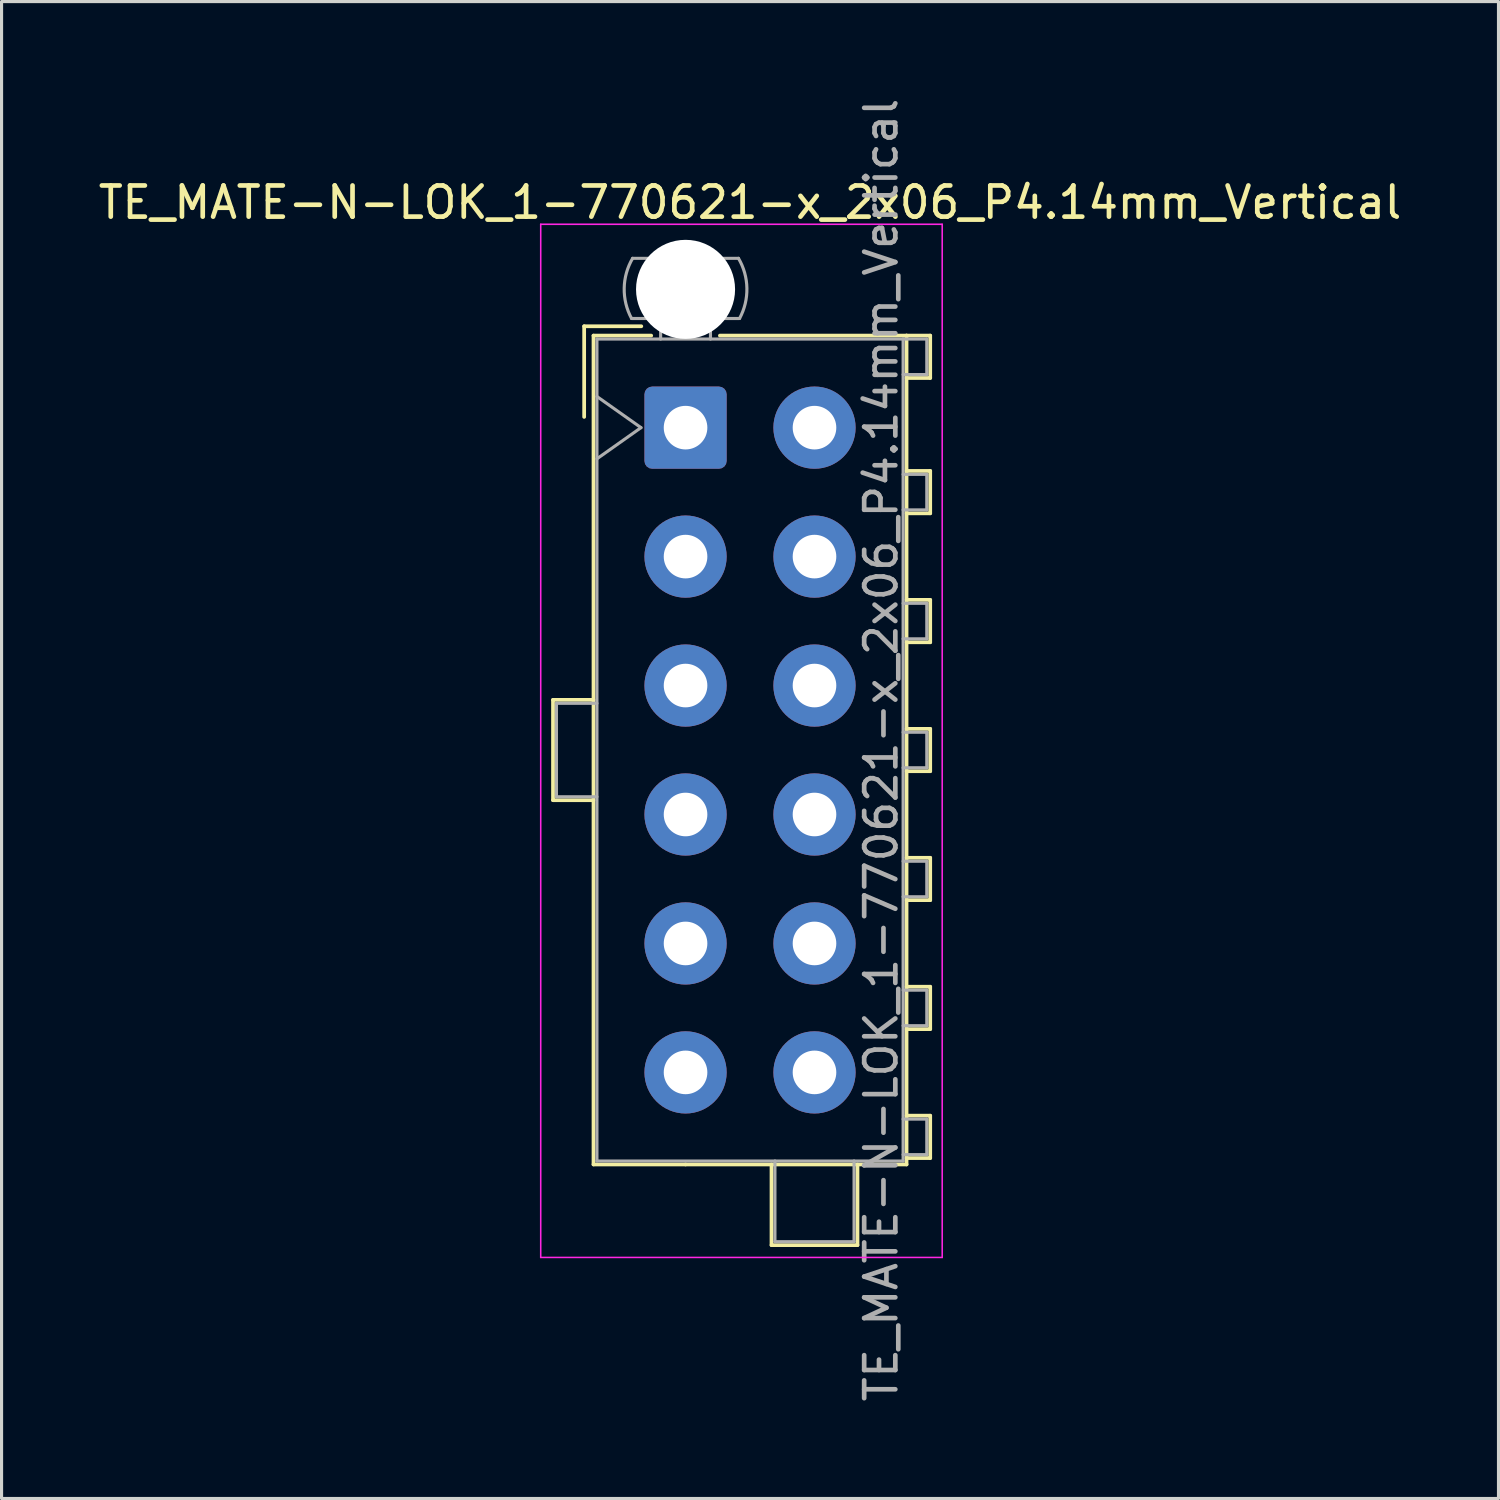
<source format=kicad_pcb>
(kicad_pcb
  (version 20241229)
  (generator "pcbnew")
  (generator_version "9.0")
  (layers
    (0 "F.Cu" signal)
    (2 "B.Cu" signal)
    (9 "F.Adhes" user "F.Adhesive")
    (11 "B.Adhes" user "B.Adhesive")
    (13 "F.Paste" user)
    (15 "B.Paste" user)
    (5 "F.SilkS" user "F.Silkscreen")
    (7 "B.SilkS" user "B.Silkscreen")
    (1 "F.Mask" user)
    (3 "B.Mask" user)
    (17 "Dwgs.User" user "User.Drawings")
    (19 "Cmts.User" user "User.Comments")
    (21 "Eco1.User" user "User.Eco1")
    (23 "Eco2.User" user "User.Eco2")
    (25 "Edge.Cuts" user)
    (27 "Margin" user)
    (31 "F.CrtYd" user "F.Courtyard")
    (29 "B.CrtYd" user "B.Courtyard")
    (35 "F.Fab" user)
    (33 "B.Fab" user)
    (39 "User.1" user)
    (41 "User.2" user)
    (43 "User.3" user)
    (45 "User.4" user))
  (footprint "TE_MATE-N-LOK_1-770621-x_2x06_P4.14mm_Vertical"
    (layer "F.Cu")
    (at 18.96 10.68)
    (property "Reference" "TE_MATE-N-LOK_1-770621-x_2x06_P4.14mm_Vertical" (at 2.07 -7.23 0) (layer "F.SilkS") (effects (font (size 1 1) (thickness 0.15))))
    (attr through_hole)
    (fp_line (start -4.255 8.74) (end -4.255 11.96) (stroke (width 0.12) (type solid)) (layer "F.SilkS"))
    (fp_line (start -4.255 11.96) (end -2.955 11.96) (stroke (width 0.12) (type solid)) (layer "F.SilkS"))
    (fp_line (start -3.255 -3.255) (end -3.255 -0.345) (stroke (width 0.12) (type solid)) (layer "F.SilkS"))
    (fp_line (start -2.955 -2.955) (end -2.955 23.655) (stroke (width 0.12) (type solid)) (layer "F.SilkS"))
    (fp_line (start -2.955 8.74) (end -4.255 8.74) (stroke (width 0.12) (type solid)) (layer "F.SilkS"))
    (fp_line (start -2.955 23.655) (end 0 23.655) (stroke (width 0.12) (type solid)) (layer "F.SilkS"))
    (fp_line (start -1.421 -3.255) (end -3.255 -3.255) (stroke (width 0.12) (type solid)) (layer "F.SilkS"))
    (fp_line (start -1.103 -2.955) (end -2.955 -2.955) (stroke (width 0.12) (type solid)) (layer "F.SilkS"))
    (fp_line (start 1.103 -2.955) (end 7.095 -2.955) (stroke (width 0.12) (type solid)) (layer "F.SilkS"))
    (fp_line (start 2.76 23.655) (end 2.76 26.246) (stroke (width 0.12) (type solid)) (layer "F.SilkS"))
    (fp_line (start 2.76 26.246) (end 5.52 26.246) (stroke (width 0.12) (type solid)) (layer "F.SilkS"))
    (fp_line (start 5.52 26.246) (end 5.52 23.655) (stroke (width 0.12) (type solid)) (layer "F.SilkS"))
    (fp_line (start 7.095 -2.955) (end 7.095 23.655) (stroke (width 0.12) (type solid)) (layer "F.SilkS"))
    (fp_line (start 7.095 -2.955) (end 7.855 -2.955) (stroke (width 0.12) (type solid)) (layer "F.SilkS"))
    (fp_line (start 7.095 1.39) (end 7.855 1.39) (stroke (width 0.12) (type solid)) (layer "F.SilkS"))
    (fp_line (start 7.095 5.53) (end 7.855 5.53) (stroke (width 0.12) (type solid)) (layer "F.SilkS"))
    (fp_line (start 7.095 9.67) (end 7.855 9.67) (stroke (width 0.12) (type solid)) (layer "F.SilkS"))
    (fp_line (start 7.095 13.81) (end 7.855 13.81) (stroke (width 0.12) (type solid)) (layer "F.SilkS"))
    (fp_line (start 7.095 17.95) (end 7.855 17.95) (stroke (width 0.12) (type solid)) (layer "F.SilkS"))
    (fp_line (start 7.095 22.09) (end 7.855 22.09) (stroke (width 0.12) (type solid)) (layer "F.SilkS"))
    (fp_line (start 7.095 23.655) (end 0 23.655) (stroke (width 0.12) (type solid)) (layer "F.SilkS"))
    (fp_line (start 7.855 -2.955) (end 7.855 -1.595) (stroke (width 0.12) (type solid)) (layer "F.SilkS"))
    (fp_line (start 7.855 -1.595) (end 7.095 -1.595) (stroke (width 0.12) (type solid)) (layer "F.SilkS"))
    (fp_line (start 7.855 1.39) (end 7.855 2.75) (stroke (width 0.12) (type solid)) (layer "F.SilkS"))
    (fp_line (start 7.855 2.75) (end 7.095 2.75) (stroke (width 0.12) (type solid)) (layer "F.SilkS"))
    (fp_line (start 7.855 5.53) (end 7.855 6.89) (stroke (width 0.12) (type solid)) (layer "F.SilkS"))
    (fp_line (start 7.855 6.89) (end 7.095 6.89) (stroke (width 0.12) (type solid)) (layer "F.SilkS"))
    (fp_line (start 7.855 9.67) (end 7.855 11.03) (stroke (width 0.12) (type solid)) (layer "F.SilkS"))
    (fp_line (start 7.855 11.03) (end 7.095 11.03) (stroke (width 0.12) (type solid)) (layer "F.SilkS"))
    (fp_line (start 7.855 13.81) (end 7.855 15.17) (stroke (width 0.12) (type solid)) (layer "F.SilkS"))
    (fp_line (start 7.855 15.17) (end 7.095 15.17) (stroke (width 0.12) (type solid)) (layer "F.SilkS"))
    (fp_line (start 7.855 17.95) (end 7.855 19.31) (stroke (width 0.12) (type solid)) (layer "F.SilkS"))
    (fp_line (start 7.855 19.31) (end 7.095 19.31) (stroke (width 0.12) (type solid)) (layer "F.SilkS"))
    (fp_line (start 7.855 22.09) (end 7.855 23.45) (stroke (width 0.12) (type solid)) (layer "F.SilkS"))
    (fp_line (start 7.855 23.45) (end 7.095 23.45) (stroke (width 0.12) (type solid)) (layer "F.SilkS"))
    (fp_line (start -4.65 -6.53) (end -4.65 26.64) (stroke (width 0.05) (type solid)) (layer "F.CrtYd"))
    (fp_line (start -4.65 26.64) (end 8.24 26.64) (stroke (width 0.05) (type solid)) (layer "F.CrtYd"))
    (fp_line (start 8.24 -6.53) (end -4.65 -6.53) (stroke (width 0.05) (type solid)) (layer "F.CrtYd"))
    (fp_line (start 8.24 26.64) (end 8.24 -6.53) (stroke (width 0.05) (type solid)) (layer "F.CrtYd"))
    (fp_line (start -4.145 8.85) (end -4.145 11.85) (stroke (width 0.1) (type solid)) (layer "F.Fab"))
    (fp_line (start -4.145 11.85) (end -2.845 11.85) (stroke (width 0.1) (type solid)) (layer "F.Fab"))
    (fp_line (start -2.845 -2.845) (end -2.845 23.545) (stroke (width 0.1) (type solid)) (layer "F.Fab"))
    (fp_line (start -2.845 -1) (end -1.431 0) (stroke (width 0.1) (type solid)) (layer "F.Fab"))
    (fp_line (start -2.845 8.85) (end -4.145 8.85) (stroke (width 0.1) (type solid)) (layer "F.Fab"))
    (fp_line (start -2.845 23.545) (end 6.985 23.545) (stroke (width 0.1) (type solid)) (layer "F.Fab"))
    (fp_line (start -1.431 0) (end -2.845 1) (stroke (width 0.1) (type solid)) (layer "F.Fab"))
    (fp_line (start -0.8 -2.845) (end -0.8 -3.505) (stroke (width 0.1) (type solid)) (layer "F.Fab"))
    (fp_line (start 0.8 -2.845) (end 0.8 -3.505) (stroke (width 0.1) (type solid)) (layer "F.Fab"))
    (fp_line (start 1.7 -5.436) (end -1.7 -5.436) (stroke (width 0.1) (type solid)) (layer "F.Fab"))
    (fp_line (start 1.734 -3.505) (end -1.734 -3.505) (stroke (width 0.1) (type solid)) (layer "F.Fab"))
    (fp_line (start 2.87 23.545) (end 2.87 26.136) (stroke (width 0.1) (type solid)) (layer "F.Fab"))
    (fp_line (start 2.87 26.136) (end 5.41 26.136) (stroke (width 0.1) (type solid)) (layer "F.Fab"))
    (fp_line (start 5.41 26.136) (end 5.41 23.545) (stroke (width 0.1) (type solid)) (layer "F.Fab"))
    (fp_line (start 6.985 -2.845) (end -2.845 -2.845) (stroke (width 0.1) (type solid)) (layer "F.Fab"))
    (fp_line (start 6.985 -2.845) (end 7.745 -2.845) (stroke (width 0.1) (type solid)) (layer "F.Fab"))
    (fp_line (start 6.985 1.5) (end 7.745 1.5) (stroke (width 0.1) (type solid)) (layer "F.Fab"))
    (fp_line (start 6.985 5.64) (end 7.745 5.64) (stroke (width 0.1) (type solid)) (layer "F.Fab"))
    (fp_line (start 6.985 9.78) (end 7.745 9.78) (stroke (width 0.1) (type solid)) (layer "F.Fab"))
    (fp_line (start 6.985 13.92) (end 7.745 13.92) (stroke (width 0.1) (type solid)) (layer "F.Fab"))
    (fp_line (start 6.985 18.06) (end 7.745 18.06) (stroke (width 0.1) (type solid)) (layer "F.Fab"))
    (fp_line (start 6.985 22.2) (end 7.745 22.2) (stroke (width 0.1) (type solid)) (layer "F.Fab"))
    (fp_line (start 6.985 23.545) (end 6.985 -2.845) (stroke (width 0.1) (type solid)) (layer "F.Fab"))
    (fp_line (start 7.745 -2.845) (end 7.745 -1.705) (stroke (width 0.1) (type solid)) (layer "F.Fab"))
    (fp_line (start 7.745 -1.705) (end 6.985 -1.705) (stroke (width 0.1) (type solid)) (layer "F.Fab"))
    (fp_line (start 7.745 1.5) (end 7.745 2.64) (stroke (width 0.1) (type solid)) (layer "F.Fab"))
    (fp_line (start 7.745 2.64) (end 6.985 2.64) (stroke (width 0.1) (type solid)) (layer "F.Fab"))
    (fp_line (start 7.745 5.64) (end 7.745 6.78) (stroke (width 0.1) (type solid)) (layer "F.Fab"))
    (fp_line (start 7.745 6.78) (end 6.985 6.78) (stroke (width 0.1) (type solid)) (layer "F.Fab"))
    (fp_line (start 7.745 9.78) (end 7.745 10.92) (stroke (width 0.1) (type solid)) (layer "F.Fab"))
    (fp_line (start 7.745 10.92) (end 6.985 10.92) (stroke (width 0.1) (type solid)) (layer "F.Fab"))
    (fp_line (start 7.745 13.92) (end 7.745 15.06) (stroke (width 0.1) (type solid)) (layer "F.Fab"))
    (fp_line (start 7.745 15.06) (end 6.985 15.06) (stroke (width 0.1) (type solid)) (layer "F.Fab"))
    (fp_line (start 7.745 18.06) (end 7.745 19.2) (stroke (width 0.1) (type solid)) (layer "F.Fab"))
    (fp_line (start 7.745 19.2) (end 6.985 19.2) (stroke (width 0.1) (type solid)) (layer "F.Fab"))
    (fp_line (start 7.745 22.2) (end 7.745 23.34) (stroke (width 0.1) (type solid)) (layer "F.Fab"))
    (fp_line (start 7.745 23.34) (end 6.985 23.34) (stroke (width 0.1) (type solid)) (layer "F.Fab"))
    (fp_arc (start -1.733977 -3.505) (mid -1.96969 -4.474992) (end -1.699672 -5.436) (stroke (width 0.1) (type solid)) (layer "F.Fab"))
    (fp_arc (start 1.699672 -5.436) (mid 1.969689 -4.474992) (end 1.733977 -3.505) (stroke (width 0.1) (type solid)) (layer "F.Fab"))
    (fp_text user "${REFERENCE}" (at 6.28 10.35 90) (layer "F.Fab") (effects (font (size 1 1) (thickness 0.15))))
    (pad "" np_thru_hole circle (at 0 -4.44) (size 3.18 3.18) (drill 3.18) (layers "*.Cu" "*.Mask"))
    (pad "1" thru_hole roundrect (at 0 0) (size 2.64 2.64) (drill 1.4) (layers "*.Cu" "*.Mask") (roundrect_rratio 0.095))
    (pad "2" thru_hole circle (at 0 4.14) (size 2.64 2.64) (drill 1.4) (layers "*.Cu" "*.Mask"))
    (pad "3" thru_hole circle (at 0 8.28) (size 2.64 2.64) (drill 1.4) (layers "*.Cu" "*.Mask"))
    (pad "4" thru_hole circle (at 0 12.42) (size 2.64 2.64) (drill 1.4) (layers "*.Cu" "*.Mask"))
    (pad "5" thru_hole circle (at 0 16.56) (size 2.64 2.64) (drill 1.4) (layers "*.Cu" "*.Mask"))
    (pad "6" thru_hole circle (at 0 20.7) (size 2.64 2.64) (drill 1.4) (layers "*.Cu" "*.Mask"))
    (pad "7" thru_hole circle (at 4.14 0) (size 2.64 2.64) (drill 1.4) (layers "*.Cu" "*.Mask"))
    (pad "8" thru_hole circle (at 4.14 4.14) (size 2.64 2.64) (drill 1.4) (layers "*.Cu" "*.Mask"))
    (pad "9" thru_hole circle (at 4.14 8.28) (size 2.64 2.64) (drill 1.4) (layers "*.Cu" "*.Mask"))
    (pad "10" thru_hole circle (at 4.14 12.42) (size 2.64 2.64) (drill 1.4) (layers "*.Cu" "*.Mask"))
    (pad "11" thru_hole circle (at 4.14 16.56) (size 2.64 2.64) (drill 1.4) (layers "*.Cu" "*.Mask"))
    (pad "12" thru_hole circle (at 4.14 20.7) (size 2.64 2.64) (drill 1.4) (layers "*.Cu" "*.Mask")))
  (gr_rect
    (start -3 -3)
    (end 45.06 45.06)
    (stroke (width 0.1) (type default))
    (fill no)
    (layer "Edge.Cuts")))
</source>
